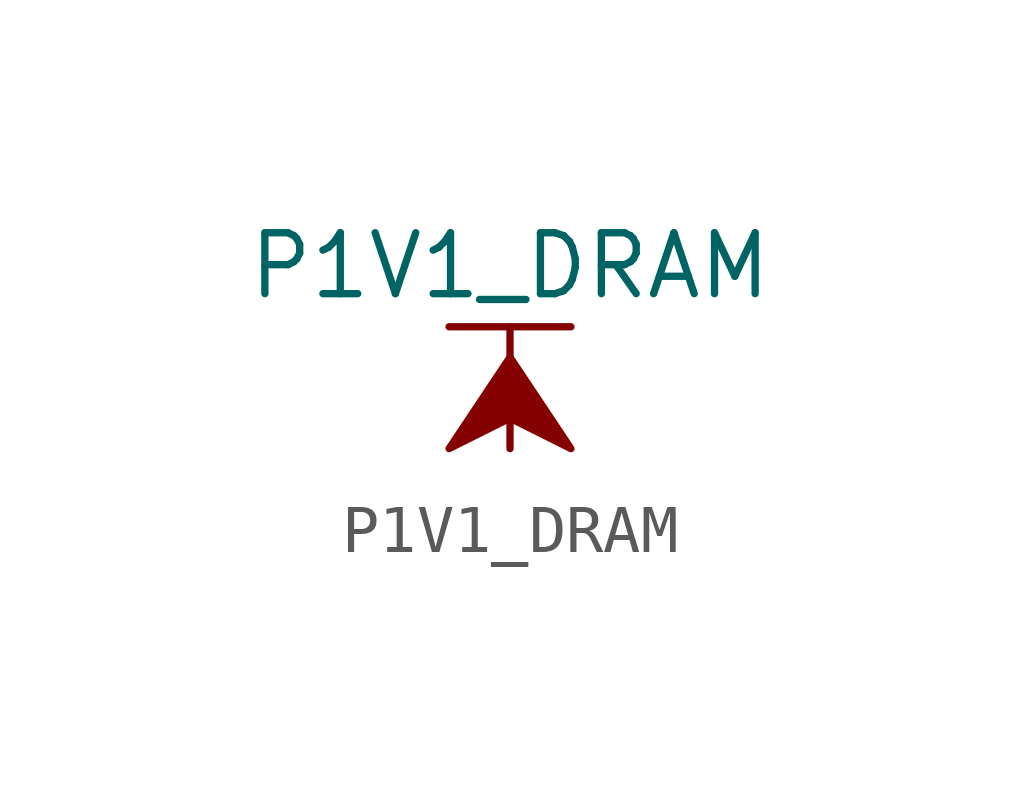
<source format=kicad_sym>
(kicad_symbol_lib
  (version 20211014)
  (generator kicad_symbol_editor)
  (symbol "P1V1_DRAM"
    (power)
    (pin_names
      (offset 0))
    (property "Reference" "#PWR"
      (at 0 -3.81 0)
      (effects (font (size 1.27 1.27)) hide))
    (property "Value" "P1V1_DRAM"
      (at 0 3.81 0)
      (effects (font (size 1.27 1.27))))
    (symbol "P1V1_DRAM_0_1"
      (polyline (pts (xy -1.27 2.54) (xy 1.27 2.54)) (stroke (width 0.152) (type default) (color 0 0 0 0)) (fill (type none)))
      (polyline (pts (xy 0 0) (xy 0 2.54)) (stroke (width 0.152) (type default) (color 0 0 0 0)) (fill (type none)))
      (polyline (pts (xy 0 1.905) (xy -1.27 0) (xy 0 0.635) (xy 1.27 0) (xy 0 1.905)) (stroke (width 0.152) (type default) (color 0 0 0 0)) (fill (type outline))))
    (symbol "P1V1_DRAM_1_1"
      (pin power_in line (at 0 0 90) (length 0) hide (name "P1V1_DRAM" (effects (font (size 1.27 1.27)))) (number "1" (effects (font (size 1.27 1.27))))))))
</source>
